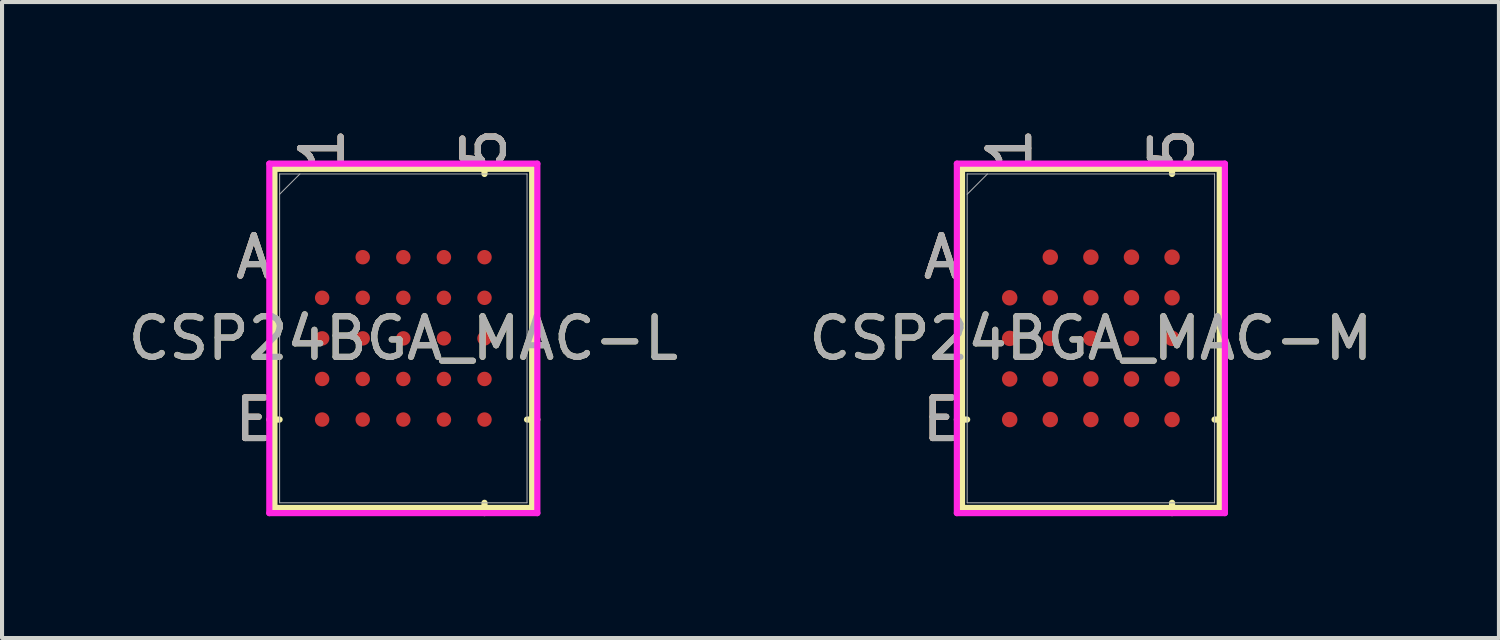
<source format=kicad_pcb>
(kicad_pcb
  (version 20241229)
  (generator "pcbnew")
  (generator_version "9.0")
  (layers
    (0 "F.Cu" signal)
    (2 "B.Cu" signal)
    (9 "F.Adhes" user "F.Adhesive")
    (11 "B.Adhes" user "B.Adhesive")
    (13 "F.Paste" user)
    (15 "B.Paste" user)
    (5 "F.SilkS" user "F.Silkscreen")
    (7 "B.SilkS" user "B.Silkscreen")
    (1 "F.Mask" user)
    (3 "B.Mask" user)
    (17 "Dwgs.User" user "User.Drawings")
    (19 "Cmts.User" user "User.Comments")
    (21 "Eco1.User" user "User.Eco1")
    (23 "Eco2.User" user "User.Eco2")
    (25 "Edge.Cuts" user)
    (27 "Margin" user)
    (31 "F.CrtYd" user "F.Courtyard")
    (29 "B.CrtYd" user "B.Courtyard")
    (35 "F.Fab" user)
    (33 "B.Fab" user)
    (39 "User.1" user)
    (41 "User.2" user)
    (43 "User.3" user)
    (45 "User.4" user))
  (footprint "CSP24BGA_MAC-L"
    (layer "F.Cu")
    (at 6.887 5.287)
    (property "Reference" "CSP24BGA_MAC-L" (at 0 0 0) (unlocked yes) (layer "F.SilkS") (effects (font (size 1 1) (thickness 0.15))))
    (attr smd)
    (fp_line (start -3.175 -4.178) (end -3.175 4.178) (stroke (width 0.152) (type solid)) (layer "F.SilkS"))
    (fp_line (start -3.175 4.178) (end 3.175 4.178) (stroke (width 0.152) (type solid)) (layer "F.SilkS"))
    (fp_line (start -3.048 2) (end -3.302 2) (stroke (width 0.152) (type solid)) (layer "F.SilkS"))
    (fp_line (start 2 -4.051) (end 2 -4.305) (stroke (width 0.152) (type solid)) (layer "F.SilkS"))
    (fp_line (start 2 4.051) (end 2 4.305) (stroke (width 0.152) (type solid)) (layer "F.SilkS"))
    (fp_line (start 3.048 2) (end 3.302 2) (stroke (width 0.152) (type solid)) (layer "F.SilkS"))
    (fp_line (start 3.175 -4.178) (end -3.175 -4.178) (stroke (width 0.152) (type solid)) (layer "F.SilkS"))
    (fp_line (start 3.175 4.178) (end 3.175 -4.178) (stroke (width 0.152) (type solid)) (layer "F.SilkS"))
    (fp_poly (pts (xy -3.008 -3.008) (xy 3.008 -3.008) (xy 3.008 3.008) (xy -3.008 3.008)) (stroke (width 0.1) (type solid)) (fill no) (layer "Eco2.User"))
    (fp_line (start -3.302 -4.305) (end 3.302 -4.305) (stroke (width 0.152) (type solid)) (layer "F.CrtYd"))
    (fp_line (start -3.302 4.305) (end -3.302 -4.305) (stroke (width 0.152) (type solid)) (layer "F.CrtYd"))
    (fp_line (start 3.302 -4.305) (end 3.302 4.305) (stroke (width 0.152) (type solid)) (layer "F.CrtYd"))
    (fp_line (start 3.302 4.305) (end -3.302 4.305) (stroke (width 0.152) (type solid)) (layer "F.CrtYd"))
    (fp_line (start -3.048 -4.051) (end -3.048 4.051) (stroke (width 0.025) (type solid)) (layer "F.Fab"))
    (fp_line (start -3.048 4.051) (end 3.048 4.051) (stroke (width 0.025) (type solid)) (layer "F.Fab"))
    (fp_line (start -2.548 -4.051) (end -3.048 -3.551) (stroke (width 0.025) (type solid)) (layer "F.Fab"))
    (fp_line (start 3.048 -4.051) (end -3.048 -4.051) (stroke (width 0.025) (type solid)) (layer "F.Fab"))
    (fp_line (start 3.048 4.051) (end 3.048 -4.051) (stroke (width 0.025) (type solid)) (layer "F.Fab"))
    (fp_text user "A" (at -3.683 -2 0) (unlocked yes) (layer "F.SilkS") (effects (font (size 1 1) (thickness 0.15))))
    (fp_text user "5" (at 2 -4.686 90) (unlocked yes) (layer "F.SilkS") (effects (font (size 1 1) (thickness 0.15))))
    (fp_text user "1" (at -2 -4.686 90) (unlocked yes) (layer "F.SilkS") (effects (font (size 1 1) (thickness 0.15))))
    (fp_text user "E" (at -3.683 2 0) (unlocked yes) (layer "F.SilkS") (effects (font (size 1 1) (thickness 0.15))))
    (fp_text user "5" (at 2 -4.686 90) (unlocked yes) (layer "B.SilkS") (effects (font (size 1 1) (thickness 0.15))))
    (fp_text user "1" (at -2 -4.686 90) (unlocked yes) (layer "B.SilkS") (effects (font (size 1 1) (thickness 0.15))))
    (fp_text user "E" (at -3.683 2 0) (unlocked yes) (layer "B.SilkS") (effects (font (size 1 1) (thickness 0.15))))
    (fp_text user "A" (at -3.683 -2 0) (unlocked yes) (layer "B.SilkS") (effects (font (size 1 1) (thickness 0.15))))
    (fp_text user "1" (at -2 -4.686 90) (unlocked yes) (layer "F.Fab") (effects (font (size 1 1) (thickness 0.15))))
    (fp_text user "E" (at -3.683 2 0) (unlocked yes) (layer "F.Fab") (effects (font (size 1 1) (thickness 0.15))))
    (fp_text user "A" (at -3.683 -2 0) (unlocked yes) (layer "F.Fab") (effects (font (size 1 1) (thickness 0.15))))
    (fp_text user "${REFERENCE}" (at 0 0 0) (unlocked yes) (layer "F.Fab") (effects (font (size 1 1) (thickness 0.15))))
    (fp_text user "5" (at 2 -4.686 90) (unlocked yes) (layer "F.Fab") (effects (font (size 1 1) (thickness 0.15))))
    (pad "A2" smd circle (at -1 -2) (size 0.356 0.356) (layers "F.Cu" "F.Mask" "F.Paste"))
    (pad "A3" smd circle (at 0 -2) (size 0.356 0.356) (layers "F.Cu" "F.Mask" "F.Paste"))
    (pad "A4" smd circle (at 1 -2) (size 0.356 0.356) (layers "F.Cu" "F.Mask" "F.Paste"))
    (pad "A5" smd circle (at 2 -2) (size 0.356 0.356) (layers "F.Cu" "F.Mask" "F.Paste"))
    (pad "B1" smd circle (at -2 -1) (size 0.356 0.356) (layers "F.Cu" "F.Mask" "F.Paste"))
    (pad "B2" smd circle (at -1 -1) (size 0.356 0.356) (layers "F.Cu" "F.Mask" "F.Paste"))
    (pad "B3" smd circle (at 0 -1) (size 0.356 0.356) (layers "F.Cu" "F.Mask" "F.Paste"))
    (pad "B4" smd circle (at 1 -1) (size 0.356 0.356) (layers "F.Cu" "F.Mask" "F.Paste"))
    (pad "B5" smd circle (at 2 -1) (size 0.356 0.356) (layers "F.Cu" "F.Mask" "F.Paste"))
    (pad "C1" smd circle (at -2 0) (size 0.356 0.356) (layers "F.Cu" "F.Mask" "F.Paste"))
    (pad "C2" smd circle (at -1 0) (size 0.356 0.356) (layers "F.Cu" "F.Mask" "F.Paste"))
    (pad "C3" smd circle (at 0 0) (size 0.356 0.356) (layers "F.Cu" "F.Mask" "F.Paste"))
    (pad "C4" smd circle (at 1 0) (size 0.356 0.356) (layers "F.Cu" "F.Mask" "F.Paste"))
    (pad "C5" smd circle (at 2 0) (size 0.356 0.356) (layers "F.Cu" "F.Mask" "F.Paste"))
    (pad "D1" smd circle (at -2 1) (size 0.356 0.356) (layers "F.Cu" "F.Mask" "F.Paste"))
    (pad "D2" smd circle (at -1 1) (size 0.356 0.356) (layers "F.Cu" "F.Mask" "F.Paste"))
    (pad "D3" smd circle (at 0 1) (size 0.356 0.356) (layers "F.Cu" "F.Mask" "F.Paste"))
    (pad "D4" smd circle (at 1 1) (size 0.356 0.356) (layers "F.Cu" "F.Mask" "F.Paste"))
    (pad "D5" smd circle (at 2 1) (size 0.356 0.356) (layers "F.Cu" "F.Mask" "F.Paste"))
    (pad "E1" smd circle (at -2 2) (size 0.356 0.356) (layers "F.Cu" "F.Mask" "F.Paste"))
    (pad "E2" smd circle (at -1 2) (size 0.356 0.356) (layers "F.Cu" "F.Mask" "F.Paste"))
    (pad "E3" smd circle (at 0 2) (size 0.356 0.356) (layers "F.Cu" "F.Mask" "F.Paste"))
    (pad "E4" smd circle (at 1 2) (size 0.356 0.356) (layers "F.Cu" "F.Mask" "F.Paste"))
    (pad "E5" smd circle (at 2 2) (size 0.356 0.356) (layers "F.Cu" "F.Mask" "F.Paste")))
  (footprint "CSP24BGA_MAC-M"
    (layer "F.Cu")
    (at 23.827 5.287)
    (property "Reference" "CSP24BGA_MAC-M" (at 0 0 0) (unlocked yes) (layer "F.SilkS") (effects (font (size 1 1) (thickness 0.15))))
    (attr smd)
    (fp_line (start -3.175 -4.178) (end -3.175 4.178) (stroke (width 0.152) (type solid)) (layer "F.SilkS"))
    (fp_line (start -3.175 4.178) (end 3.175 4.178) (stroke (width 0.152) (type solid)) (layer "F.SilkS"))
    (fp_line (start -3.048 2) (end -3.302 2) (stroke (width 0.152) (type solid)) (layer "F.SilkS"))
    (fp_line (start 2 -4.051) (end 2 -4.305) (stroke (width 0.152) (type solid)) (layer "F.SilkS"))
    (fp_line (start 2 4.051) (end 2 4.305) (stroke (width 0.152) (type solid)) (layer "F.SilkS"))
    (fp_line (start 3.048 2) (end 3.302 2) (stroke (width 0.152) (type solid)) (layer "F.SilkS"))
    (fp_line (start 3.175 -4.178) (end -3.175 -4.178) (stroke (width 0.152) (type solid)) (layer "F.SilkS"))
    (fp_line (start 3.175 4.178) (end 3.175 -4.178) (stroke (width 0.152) (type solid)) (layer "F.SilkS"))
    (fp_poly (pts (xy -3.008 -3.008) (xy 3.008 -3.008) (xy 3.008 3.008) (xy -3.008 3.008)) (stroke (width 0.1) (type solid)) (fill no) (layer "Eco2.User"))
    (fp_line (start -3.302 -4.305) (end 3.302 -4.305) (stroke (width 0.152) (type solid)) (layer "F.CrtYd"))
    (fp_line (start -3.302 4.305) (end -3.302 -4.305) (stroke (width 0.152) (type solid)) (layer "F.CrtYd"))
    (fp_line (start 3.302 -4.305) (end 3.302 4.305) (stroke (width 0.152) (type solid)) (layer "F.CrtYd"))
    (fp_line (start 3.302 4.305) (end -3.302 4.305) (stroke (width 0.152) (type solid)) (layer "F.CrtYd"))
    (fp_line (start -3.048 -4.051) (end -3.048 4.051) (stroke (width 0.025) (type solid)) (layer "F.Fab"))
    (fp_line (start -3.048 4.051) (end 3.048 4.051) (stroke (width 0.025) (type solid)) (layer "F.Fab"))
    (fp_line (start -2.548 -4.051) (end -3.048 -3.551) (stroke (width 0.025) (type solid)) (layer "F.Fab"))
    (fp_line (start 3.048 -4.051) (end -3.048 -4.051) (stroke (width 0.025) (type solid)) (layer "F.Fab"))
    (fp_line (start 3.048 4.051) (end 3.048 -4.051) (stroke (width 0.025) (type solid)) (layer "F.Fab"))
    (fp_text user "E" (at -3.683 2 0) (unlocked yes) (layer "F.SilkS") (effects (font (size 1 1) (thickness 0.15))))
    (fp_text user "5" (at 2 -4.686 90) (unlocked yes) (layer "F.SilkS") (effects (font (size 1 1) (thickness 0.15))))
    (fp_text user "A" (at -3.683 -2 0) (unlocked yes) (layer "F.SilkS") (effects (font (size 1 1) (thickness 0.15))))
    (fp_text user "1" (at -2 -4.686 90) (unlocked yes) (layer "F.SilkS") (effects (font (size 1 1) (thickness 0.15))))
    (fp_text user "A" (at -3.683 -2 0) (unlocked yes) (layer "B.SilkS") (effects (font (size 1 1) (thickness 0.15))))
    (fp_text user "E" (at -3.683 2 0) (unlocked yes) (layer "B.SilkS") (effects (font (size 1 1) (thickness 0.15))))
    (fp_text user "1" (at -2 -4.686 90) (unlocked yes) (layer "B.SilkS") (effects (font (size 1 1) (thickness 0.15))))
    (fp_text user "5" (at 2 -4.686 90) (unlocked yes) (layer "B.SilkS") (effects (font (size 1 1) (thickness 0.15))))
    (fp_text user "1" (at -2 -4.686 90) (unlocked yes) (layer "F.Fab") (effects (font (size 1 1) (thickness 0.15))))
    (fp_text user "A" (at -3.683 -2 0) (unlocked yes) (layer "F.Fab") (effects (font (size 1 1) (thickness 0.15))))
    (fp_text user "5" (at 2 -4.686 90) (unlocked yes) (layer "F.Fab") (effects (font (size 1 1) (thickness 0.15))))
    (fp_text user "${REFERENCE}" (at 0 0 0) (unlocked yes) (layer "F.Fab") (effects (font (size 1 1) (thickness 0.15))))
    (fp_text user "E" (at -3.683 2 0) (unlocked yes) (layer "F.Fab") (effects (font (size 1 1) (thickness 0.15))))
    (pad "A2" smd circle (at -1 -2) (size 0.381 0.381) (layers "F.Cu" "F.Mask" "F.Paste"))
    (pad "A3" smd circle (at 0 -2) (size 0.381 0.381) (layers "F.Cu" "F.Mask" "F.Paste"))
    (pad "A4" smd circle (at 1 -2) (size 0.381 0.381) (layers "F.Cu" "F.Mask" "F.Paste"))
    (pad "A5" smd circle (at 2 -2) (size 0.381 0.381) (layers "F.Cu" "F.Mask" "F.Paste"))
    (pad "B1" smd circle (at -2 -1) (size 0.381 0.381) (layers "F.Cu" "F.Mask" "F.Paste"))
    (pad "B2" smd circle (at -1 -1) (size 0.381 0.381) (layers "F.Cu" "F.Mask" "F.Paste"))
    (pad "B3" smd circle (at 0 -1) (size 0.381 0.381) (layers "F.Cu" "F.Mask" "F.Paste"))
    (pad "B4" smd circle (at 1 -1) (size 0.381 0.381) (layers "F.Cu" "F.Mask" "F.Paste"))
    (pad "B5" smd circle (at 2 -1) (size 0.381 0.381) (layers "F.Cu" "F.Mask" "F.Paste"))
    (pad "C1" smd circle (at -2 0) (size 0.381 0.381) (layers "F.Cu" "F.Mask" "F.Paste"))
    (pad "C2" smd circle (at -1 0) (size 0.381 0.381) (layers "F.Cu" "F.Mask" "F.Paste"))
    (pad "C3" smd circle (at 0 0) (size 0.381 0.381) (layers "F.Cu" "F.Mask" "F.Paste"))
    (pad "C4" smd circle (at 1 0) (size 0.381 0.381) (layers "F.Cu" "F.Mask" "F.Paste"))
    (pad "C5" smd circle (at 2 0) (size 0.381 0.381) (layers "F.Cu" "F.Mask" "F.Paste"))
    (pad "D1" smd circle (at -2 1) (size 0.381 0.381) (layers "F.Cu" "F.Mask" "F.Paste"))
    (pad "D2" smd circle (at -1 1) (size 0.381 0.381) (layers "F.Cu" "F.Mask" "F.Paste"))
    (pad "D3" smd circle (at 0 1) (size 0.381 0.381) (layers "F.Cu" "F.Mask" "F.Paste"))
    (pad "D4" smd circle (at 1 1) (size 0.381 0.381) (layers "F.Cu" "F.Mask" "F.Paste"))
    (pad "D5" smd circle (at 2 1) (size 0.381 0.381) (layers "F.Cu" "F.Mask" "F.Paste"))
    (pad "E1" smd circle (at -2 2) (size 0.381 0.381) (layers "F.Cu" "F.Mask" "F.Paste"))
    (pad "E2" smd circle (at -1 2) (size 0.381 0.381) (layers "F.Cu" "F.Mask" "F.Paste"))
    (pad "E3" smd circle (at 0 2) (size 0.381 0.381) (layers "F.Cu" "F.Mask" "F.Paste"))
    (pad "E4" smd circle (at 1 2) (size 0.381 0.381) (layers "F.Cu" "F.Mask" "F.Paste"))
    (pad "E5" smd circle (at 2 2) (size 0.381 0.381) (layers "F.Cu" "F.Mask" "F.Paste")))
  (gr_rect
    (start -3 -3)
    (end 33.881 12.669)
    (stroke (width 0.1) (type default))
    (fill no)
    (layer "Edge.Cuts")))
</source>
